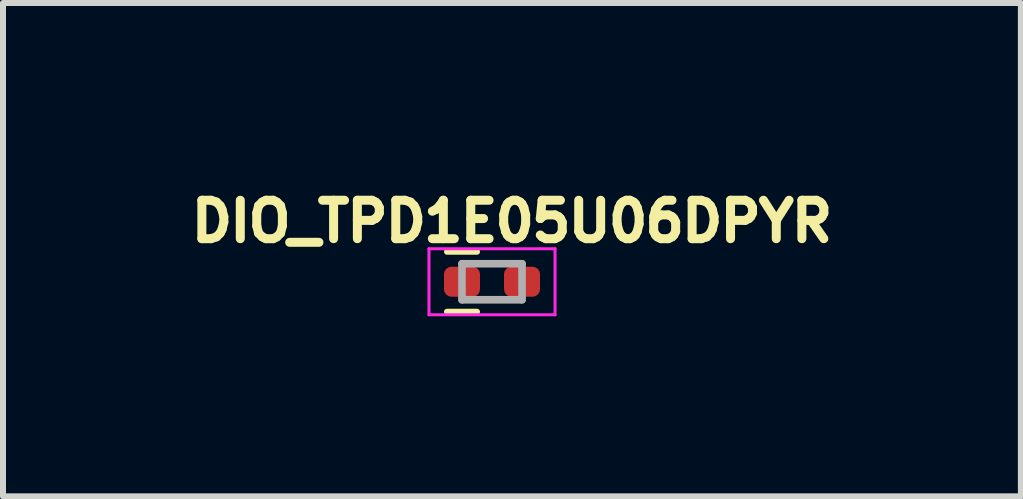
<source format=kicad_pcb>
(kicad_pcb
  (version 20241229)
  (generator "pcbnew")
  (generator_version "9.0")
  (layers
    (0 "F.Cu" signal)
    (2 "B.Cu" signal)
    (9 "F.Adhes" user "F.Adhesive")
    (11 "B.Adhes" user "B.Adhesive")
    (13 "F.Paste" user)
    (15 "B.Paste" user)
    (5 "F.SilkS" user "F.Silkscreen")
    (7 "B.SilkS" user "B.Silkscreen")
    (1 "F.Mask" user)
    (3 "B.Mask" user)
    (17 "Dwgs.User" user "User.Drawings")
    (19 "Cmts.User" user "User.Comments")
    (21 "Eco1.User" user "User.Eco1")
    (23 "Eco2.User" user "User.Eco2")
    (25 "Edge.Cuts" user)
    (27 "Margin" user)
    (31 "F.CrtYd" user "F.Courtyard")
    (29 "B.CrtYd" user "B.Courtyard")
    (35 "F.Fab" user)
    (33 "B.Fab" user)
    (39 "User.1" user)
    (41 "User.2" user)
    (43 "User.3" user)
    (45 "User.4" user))
  (footprint "DIO_TPD1E05U06DPYR"
    (layer "F.Cu")
    (at 5.147 1.644)
    (property "Reference" "DIO_TPD1E05U06DPYR" (at 0.332 -1.006 0) (layer "F.SilkS") (effects (font (size 0.64 0.64) (thickness 0.15))))
    (attr smd)
    (fp_line (start -0.75 -0.5) (end -0.25 -0.5) (stroke (width 0.1) (type default)) (layer "F.SilkS"))
    (fp_line (start -0.75 0.5) (end -0.25 0.5) (stroke (width 0.1) (type default)) (layer "F.SilkS"))
    (fp_line (start -1.05 -0.55) (end -1.05 0.55) (stroke (width 0.05) (type solid)) (layer "F.CrtYd"))
    (fp_line (start -1.05 0.55) (end 1.05 0.55) (stroke (width 0.05) (type solid)) (layer "F.CrtYd"))
    (fp_line (start 1.05 -0.55) (end -1.05 -0.55) (stroke (width 0.05) (type solid)) (layer "F.CrtYd"))
    (fp_line (start 1.05 0.55) (end 1.05 -0.55) (stroke (width 0.05) (type solid)) (layer "F.CrtYd"))
    (fp_line (start -0.5 -0.3) (end -0.5 0.3) (stroke (width 0.127) (type solid)) (layer "F.Fab"))
    (fp_line (start -0.5 0.3) (end 0.5 0.3) (stroke (width 0.127) (type solid)) (layer "F.Fab"))
    (fp_line (start 0.5 -0.3) (end -0.5 -0.3) (stroke (width 0.127) (type solid)) (layer "F.Fab"))
    (fp_line (start 0.5 0.3) (end 0.5 -0.3) (stroke (width 0.127) (type solid)) (layer "F.Fab"))
    (pad "1" smd roundrect (at -0.5 0) (size 0.6 0.5) (layers "F.Cu" "F.Mask" "F.Paste") (roundrect_rratio 0.25))
    (pad "2" smd roundrect (at 0.5 0) (size 0.6 0.5) (layers "F.Cu" "F.Mask" "F.Paste") (roundrect_rratio 0.25)))
  (gr_rect
    (start -3 -3)
    (end 13.958 5.219)
    (stroke (width 0.1) (type default))
    (fill no)
    (layer "Edge.Cuts")))
</source>
